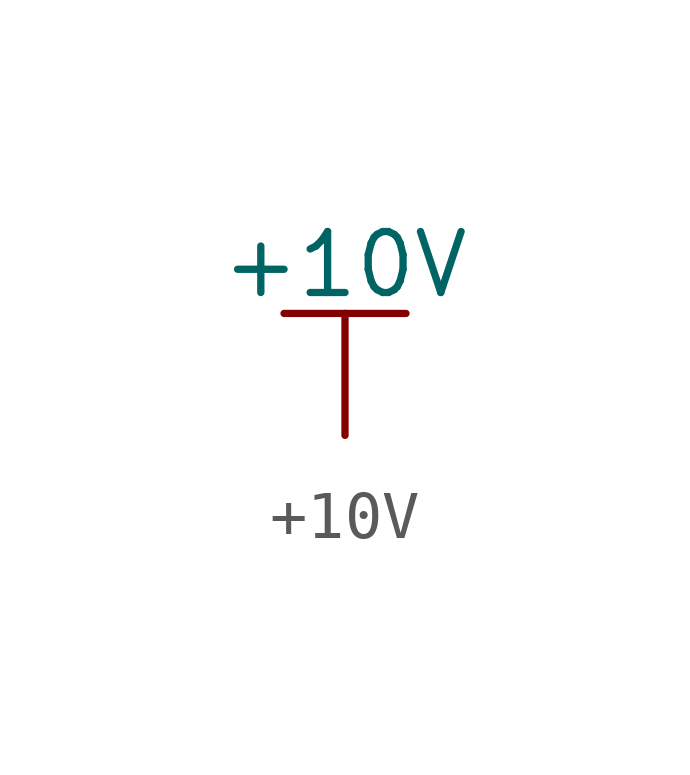
<source format=kicad_sym>
(kicad_symbol_lib
  (version 20220914)
  (generator kicad_symbol_editor)
  (symbol "+10V"
    (power)
    (pin_names
      (offset 0))
    (property "Reference" "#PWR"
      (at 0 -3.81 0)
      (effects (font (size 1.27 1.27)) hide))
    (property "Value" "+10V"
      (at 0 3.556 0)
      (effects (font (size 1.27 1.27))))
    (symbol "+10V_0_1"
      (polyline (pts (xy -1.27 2.54) (xy 1.27 2.54)) (stroke (width 0) (type solid)) (fill (type none)))
      (polyline (pts (xy 0 0) (xy 0 2.54)) (stroke (width 0) (type solid)) (fill (type none))))
    (symbol "+10V_1_1"
      (pin power_in line (at 0 0 90) (length 0) hide (name "+10V" (effects (font (size 1.27 1.27)))) (number "1" (effects (font (size 1.27 1.27))))))))
</source>
